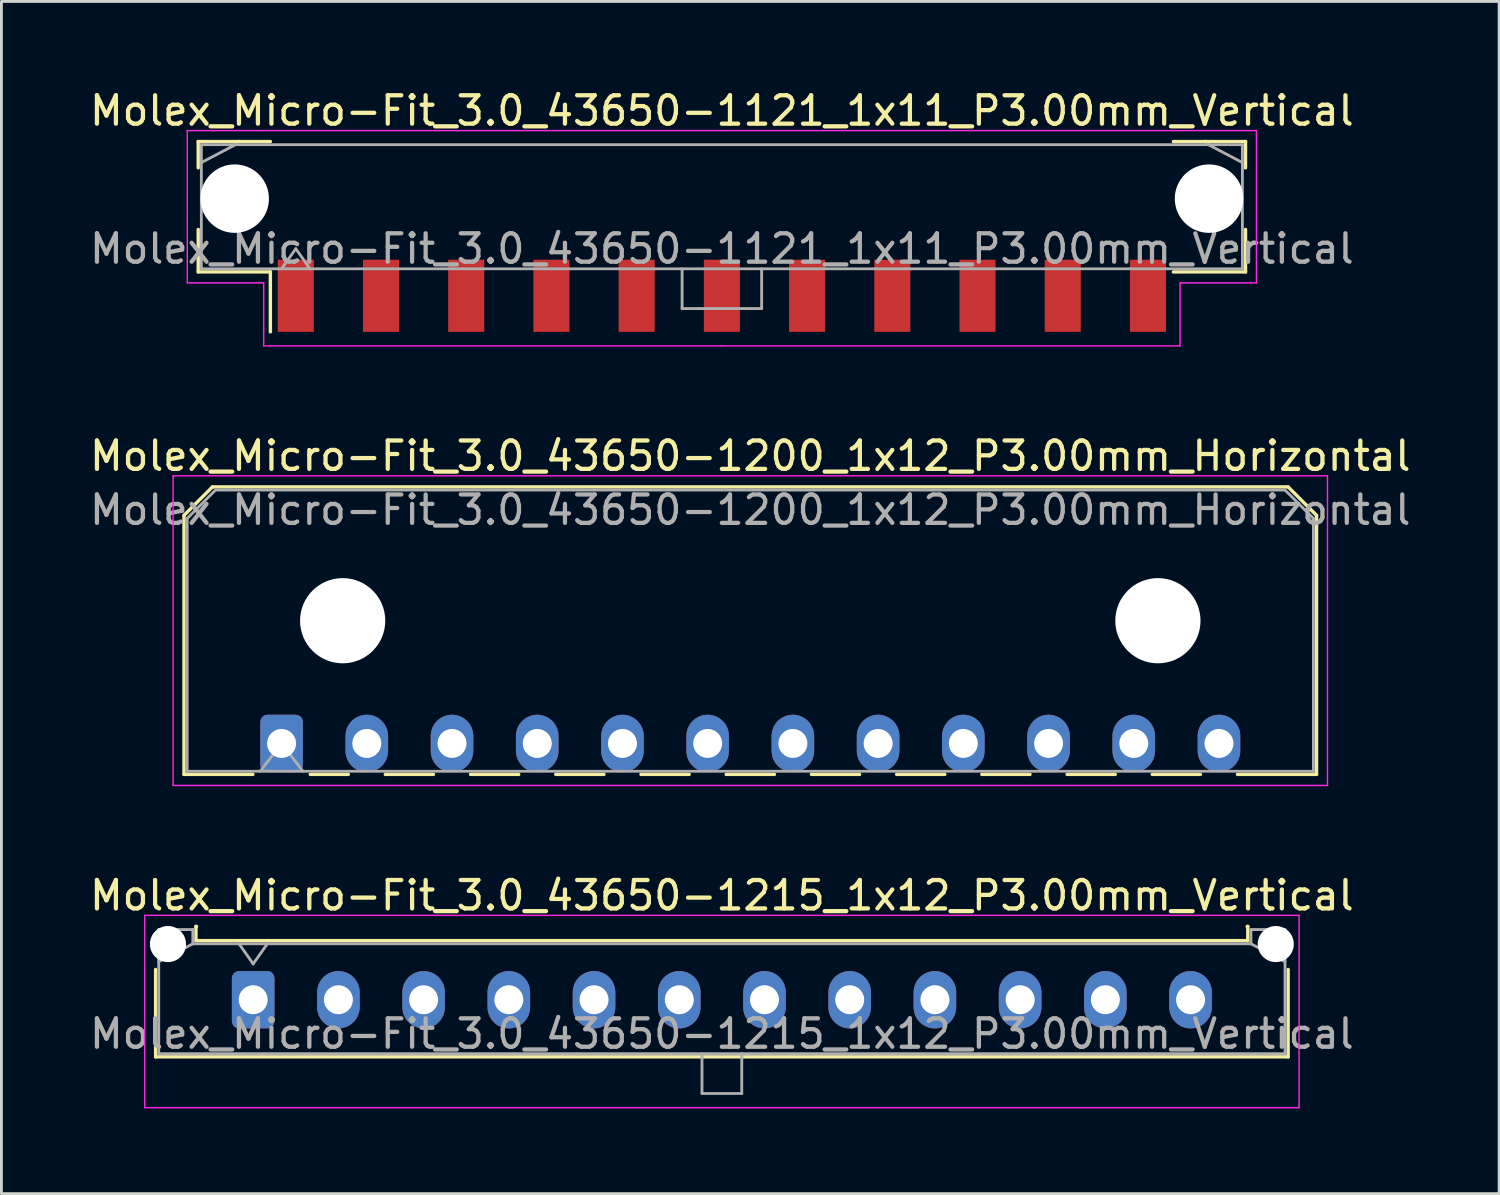
<source format=kicad_pcb>
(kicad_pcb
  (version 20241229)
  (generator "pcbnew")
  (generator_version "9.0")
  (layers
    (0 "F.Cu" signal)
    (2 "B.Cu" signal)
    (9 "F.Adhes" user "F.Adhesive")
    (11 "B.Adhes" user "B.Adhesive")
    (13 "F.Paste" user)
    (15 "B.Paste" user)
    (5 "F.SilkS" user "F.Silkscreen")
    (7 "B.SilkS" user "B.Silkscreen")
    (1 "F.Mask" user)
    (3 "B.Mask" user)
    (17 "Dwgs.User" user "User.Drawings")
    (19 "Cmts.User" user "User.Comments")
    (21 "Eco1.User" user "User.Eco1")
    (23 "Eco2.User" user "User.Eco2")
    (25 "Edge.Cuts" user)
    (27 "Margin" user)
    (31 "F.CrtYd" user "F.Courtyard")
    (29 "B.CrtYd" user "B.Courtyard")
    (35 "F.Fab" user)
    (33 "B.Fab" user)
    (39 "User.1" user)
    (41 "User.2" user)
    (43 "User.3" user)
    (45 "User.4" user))
  (footprint "Molex_Micro-Fit_3.0_43650-1200_1x12_P3.00mm_Horizontal"
    (layer "F.Cu")
    (at 6.863 23.122)
    (property "Reference" "Molex_Micro-Fit_3.0_43650-1200_1x12_P3.00mm_Horizontal" (at 16.5 -10.12 0) (layer "F.SilkS") (effects (font (size 1 1) (thickness 0.15))))
    (attr through_hole)
    (fp_line (start -3.435 -8.03) (end -2.435 -9.03) (stroke (width 0.12) (type solid)) (layer "F.SilkS"))
    (fp_line (start -3.435 1.09) (end -3.435 -8.03) (stroke (width 0.12) (type solid)) (layer "F.SilkS"))
    (fp_line (start -3.435 1.09) (end -1.01 1.09) (stroke (width 0.12) (type solid)) (layer "F.SilkS"))
    (fp_line (start -2.435 -9.03) (end 35.435 -9.03) (stroke (width 0.12) (type solid)) (layer "F.SilkS"))
    (fp_line (start 1.01 1.09) (end 2.348 1.09) (stroke (width 0.12) (type solid)) (layer "F.SilkS"))
    (fp_line (start 3.652 1.09) (end 5.348 1.09) (stroke (width 0.12) (type solid)) (layer "F.SilkS"))
    (fp_line (start 6.652 1.09) (end 8.348 1.09) (stroke (width 0.12) (type solid)) (layer "F.SilkS"))
    (fp_line (start 9.652 1.09) (end 11.348 1.09) (stroke (width 0.12) (type solid)) (layer "F.SilkS"))
    (fp_line (start 12.652 1.09) (end 14.348 1.09) (stroke (width 0.12) (type solid)) (layer "F.SilkS"))
    (fp_line (start 15.652 1.09) (end 17.348 1.09) (stroke (width 0.12) (type solid)) (layer "F.SilkS"))
    (fp_line (start 18.652 1.09) (end 20.348 1.09) (stroke (width 0.12) (type solid)) (layer "F.SilkS"))
    (fp_line (start 21.652 1.09) (end 23.348 1.09) (stroke (width 0.12) (type solid)) (layer "F.SilkS"))
    (fp_line (start 24.652 1.09) (end 26.348 1.09) (stroke (width 0.12) (type solid)) (layer "F.SilkS"))
    (fp_line (start 27.652 1.09) (end 29.348 1.09) (stroke (width 0.12) (type solid)) (layer "F.SilkS"))
    (fp_line (start 30.652 1.09) (end 32.348 1.09) (stroke (width 0.12) (type solid)) (layer "F.SilkS"))
    (fp_line (start 35.435 -9.03) (end 36.435 -8.03) (stroke (width 0.12) (type solid)) (layer "F.SilkS"))
    (fp_line (start 36.435 -8.03) (end 36.435 1.09) (stroke (width 0.12) (type solid)) (layer "F.SilkS"))
    (fp_line (start 36.435 1.09) (end 33.652 1.09) (stroke (width 0.12) (type solid)) (layer "F.SilkS"))
    (fp_line (start -3.82 -9.42) (end 36.82 -9.42) (stroke (width 0.05) (type solid)) (layer "F.CrtYd"))
    (fp_line (start -3.82 1.48) (end -3.82 -9.42) (stroke (width 0.05) (type solid)) (layer "F.CrtYd"))
    (fp_line (start 36.82 -9.42) (end 36.82 1.48) (stroke (width 0.05) (type solid)) (layer "F.CrtYd"))
    (fp_line (start 36.82 1.48) (end -3.82 1.48) (stroke (width 0.05) (type solid)) (layer "F.CrtYd"))
    (fp_line (start -3.325 -7.92) (end -2.325 -8.92) (stroke (width 0.1) (type solid)) (layer "F.Fab"))
    (fp_line (start -3.325 0.98) (end -3.325 -7.92) (stroke (width 0.1) (type solid)) (layer "F.Fab"))
    (fp_line (start -2.325 -8.92) (end 35.325 -8.92) (stroke (width 0.1) (type solid)) (layer "F.Fab"))
    (fp_line (start -0.75 0.98) (end 0 0) (stroke (width 0.1) (type solid)) (layer "F.Fab"))
    (fp_line (start 0 0) (end 0.75 0.98) (stroke (width 0.1) (type solid)) (layer "F.Fab"))
    (fp_line (start 35.325 -8.92) (end 36.325 -7.92) (stroke (width 0.1) (type solid)) (layer "F.Fab"))
    (fp_line (start 36.325 -7.92) (end 36.325 0.98) (stroke (width 0.1) (type solid)) (layer "F.Fab"))
    (fp_line (start 36.325 0.98) (end -3.325 0.98) (stroke (width 0.1) (type solid)) (layer "F.Fab"))
    (fp_text user "${REFERENCE}" (at 16.5 -8.22 0) (layer "F.Fab") (effects (font (size 1 1) (thickness 0.15))))
    (pad "" np_thru_hole circle (at 2.15 -4.32) (size 3 3) (drill 3) (layers "*.Cu" "*.Mask"))
    (pad "" np_thru_hole circle (at 30.85 -4.32) (size 3 3) (drill 3) (layers "*.Cu" "*.Mask"))
    (pad "1" thru_hole roundrect (at 0 0) (size 1.5 2.02) (drill 1.02) (layers "*.Cu" "*.Mask") (roundrect_rratio 0.167))
    (pad "2" thru_hole oval (at 3 0) (size 1.5 2.02) (drill 1.02) (layers "*.Cu" "*.Mask"))
    (pad "3" thru_hole oval (at 6 0) (size 1.5 2.02) (drill 1.02) (layers "*.Cu" "*.Mask"))
    (pad "4" thru_hole oval (at 9 0) (size 1.5 2.02) (drill 1.02) (layers "*.Cu" "*.Mask"))
    (pad "5" thru_hole oval (at 12 0) (size 1.5 2.02) (drill 1.02) (layers "*.Cu" "*.Mask"))
    (pad "6" thru_hole oval (at 15 0) (size 1.5 2.02) (drill 1.02) (layers "*.Cu" "*.Mask"))
    (pad "7" thru_hole oval (at 18 0) (size 1.5 2.02) (drill 1.02) (layers "*.Cu" "*.Mask"))
    (pad "8" thru_hole oval (at 21 0) (size 1.5 2.02) (drill 1.02) (layers "*.Cu" "*.Mask"))
    (pad "9" thru_hole oval (at 24 0) (size 1.5 2.02) (drill 1.02) (layers "*.Cu" "*.Mask"))
    (pad "10" thru_hole oval (at 27 0) (size 1.5 2.02) (drill 1.02) (layers "*.Cu" "*.Mask"))
    (pad "11" thru_hole oval (at 30 0) (size 1.5 2.02) (drill 1.02) (layers "*.Cu" "*.Mask"))
    (pad "12" thru_hole oval (at 33 0) (size 1.5 2.02) (drill 1.02) (layers "*.Cu" "*.Mask")))
  (footprint "Molex_Micro-Fit_3.0_43650-1121_1x11_P3.00mm_Vertical"
    (layer "F.Cu")
    (at 22.363 4.228)
    (property "Reference" "Molex_Micro-Fit_3.0_43650-1121_1x11_P3.00mm_Vertical" (at 0 -3.38 0) (layer "F.SilkS") (effects (font (size 1 1) (thickness 0.15))))
    (attr smd)
    (fp_line (start -18.435 -2.295) (end -17.015 -2.295) (stroke (width 0.12) (type solid)) (layer "F.SilkS"))
    (fp_line (start -18.435 -1.37) (end -18.435 -2.295) (stroke (width 0.12) (type solid)) (layer "F.SilkS"))
    (fp_line (start -18.435 0.8) (end -18.435 2.295) (stroke (width 0.12) (type solid)) (layer "F.SilkS"))
    (fp_line (start -18.435 2.295) (end -15.895 2.295) (stroke (width 0.12) (type solid)) (layer "F.SilkS"))
    (fp_line (start -17.015 -2.295) (end -17.015 -2.295) (stroke (width 0.12) (type solid)) (layer "F.SilkS"))
    (fp_line (start -17.015 -2.295) (end -15.895 -2.295) (stroke (width 0.12) (type solid)) (layer "F.SilkS"))
    (fp_line (start -15.895 2.295) (end -15.895 4.405) (stroke (width 0.12) (type solid)) (layer "F.SilkS"))
    (fp_line (start 17.015 -2.295) (end 15.895 -2.295) (stroke (width 0.12) (type solid)) (layer "F.SilkS"))
    (fp_line (start 17.015 -2.295) (end 17.015 -2.295) (stroke (width 0.12) (type solid)) (layer "F.SilkS"))
    (fp_line (start 18.435 -2.295) (end 17.015 -2.295) (stroke (width 0.12) (type solid)) (layer "F.SilkS"))
    (fp_line (start 18.435 -1.37) (end 18.435 -2.295) (stroke (width 0.12) (type solid)) (layer "F.SilkS"))
    (fp_line (start 18.435 0.8) (end 18.435 2.295) (stroke (width 0.12) (type solid)) (layer "F.SilkS"))
    (fp_line (start 18.435 2.295) (end 15.895 2.295) (stroke (width 0.12) (type solid)) (layer "F.SilkS"))
    (fp_line (start -18.82 -2.68) (end -18.82 2.68) (stroke (width 0.05) (type solid)) (layer "F.CrtYd"))
    (fp_line (start -18.82 2.68) (end -16.13 2.68) (stroke (width 0.05) (type solid)) (layer "F.CrtYd"))
    (fp_line (start -16.13 -2.68) (end -18.82 -2.68) (stroke (width 0.05) (type solid)) (layer "F.CrtYd"))
    (fp_line (start -16.13 2.68) (end -16.13 4.9) (stroke (width 0.05) (type solid)) (layer "F.CrtYd"))
    (fp_line (start -16.13 4.9) (end 0 4.9) (stroke (width 0.05) (type solid)) (layer "F.CrtYd"))
    (fp_line (start 0 -2.68) (end -16.13 -2.68) (stroke (width 0.05) (type solid)) (layer "F.CrtYd"))
    (fp_line (start 0 -2.68) (end 16.13 -2.68) (stroke (width 0.05) (type solid)) (layer "F.CrtYd"))
    (fp_line (start 16.13 -2.68) (end 18.82 -2.68) (stroke (width 0.05) (type solid)) (layer "F.CrtYd"))
    (fp_line (start 16.13 2.68) (end 16.13 4.9) (stroke (width 0.05) (type solid)) (layer "F.CrtYd"))
    (fp_line (start 16.13 4.9) (end 0 4.9) (stroke (width 0.05) (type solid)) (layer "F.CrtYd"))
    (fp_line (start 18.82 -2.68) (end 18.82 2.68) (stroke (width 0.05) (type solid)) (layer "F.CrtYd"))
    (fp_line (start 18.82 2.68) (end 16.13 2.68) (stroke (width 0.05) (type solid)) (layer "F.CrtYd"))
    (fp_line (start -18.325 -2.185) (end -18.325 2.185) (stroke (width 0.1) (type solid)) (layer "F.Fab"))
    (fp_line (start -18.325 -1.555) (end -17.125 -2.185) (stroke (width 0.1) (type solid)) (layer "F.Fab"))
    (fp_line (start -18.325 2.185) (end 18.325 2.185) (stroke (width 0.1) (type solid)) (layer "F.Fab"))
    (fp_line (start -17.125 -2.185) (end -18.325 -2.185) (stroke (width 0.1) (type solid)) (layer "F.Fab"))
    (fp_line (start -17.125 -2.185) (end -17.125 -2.185) (stroke (width 0.1) (type solid)) (layer "F.Fab"))
    (fp_line (start -15.5 2.185) (end -15 1.478) (stroke (width 0.1) (type solid)) (layer "F.Fab"))
    (fp_line (start -15 1.478) (end -14.5 2.185) (stroke (width 0.1) (type solid)) (layer "F.Fab"))
    (fp_line (start -1.4 2.185) (end -1.4 3.585) (stroke (width 0.1) (type solid)) (layer "F.Fab"))
    (fp_line (start -1.4 3.585) (end 1.4 3.585) (stroke (width 0.1) (type solid)) (layer "F.Fab"))
    (fp_line (start 1.4 3.585) (end 1.4 2.185) (stroke (width 0.1) (type solid)) (layer "F.Fab"))
    (fp_line (start 17.125 -2.185) (end -17.125 -2.185) (stroke (width 0.1) (type solid)) (layer "F.Fab"))
    (fp_line (start 17.125 -2.185) (end 17.125 -2.185) (stroke (width 0.1) (type solid)) (layer "F.Fab"))
    (fp_line (start 18.325 -2.185) (end 17.125 -2.185) (stroke (width 0.1) (type solid)) (layer "F.Fab"))
    (fp_line (start 18.325 -1.555) (end 17.125 -2.185) (stroke (width 0.1) (type solid)) (layer "F.Fab"))
    (fp_line (start 18.325 2.185) (end 18.325 -2.185) (stroke (width 0.1) (type solid)) (layer "F.Fab"))
    (fp_text user "${REFERENCE}" (at 0 1.48 0) (layer "F.Fab") (effects (font (size 1 1) (thickness 0.15))))
    (pad "" np_thru_hole circle (at -17.15 -0.285) (size 2.41 2.41) (drill 2.41) (layers "*.Cu" "*.Mask"))
    (pad "" np_thru_hole circle (at 17.15 -0.285) (size 2.41 2.41) (drill 2.41) (layers "*.Cu" "*.Mask"))
    (pad "1" smd rect (at -15 3.135) (size 1.27 2.54) (layers "F.Cu" "F.Mask" "F.Paste"))
    (pad "2" smd rect (at -12 3.135) (size 1.27 2.54) (layers "F.Cu" "F.Mask" "F.Paste"))
    (pad "3" smd rect (at -9 3.135) (size 1.27 2.54) (layers "F.Cu" "F.Mask" "F.Paste"))
    (pad "4" smd rect (at -6 3.135) (size 1.27 2.54) (layers "F.Cu" "F.Mask" "F.Paste"))
    (pad "5" smd rect (at -3 3.135) (size 1.27 2.54) (layers "F.Cu" "F.Mask" "F.Paste"))
    (pad "6" smd rect (at 0 3.135) (size 1.27 2.54) (layers "F.Cu" "F.Mask" "F.Paste"))
    (pad "7" smd rect (at 3 3.135) (size 1.27 2.54) (layers "F.Cu" "F.Mask" "F.Paste"))
    (pad "8" smd rect (at 6 3.135) (size 1.27 2.54) (layers "F.Cu" "F.Mask" "F.Paste"))
    (pad "9" smd rect (at 9 3.135) (size 1.27 2.54) (layers "F.Cu" "F.Mask" "F.Paste"))
    (pad "10" smd rect (at 12 3.135) (size 1.27 2.54) (layers "F.Cu" "F.Mask" "F.Paste"))
    (pad "11" smd rect (at 15 3.135) (size 1.27 2.54) (layers "F.Cu" "F.Mask" "F.Paste")))
  (footprint "Molex_Micro-Fit_3.0_43650-1215_1x12_P3.00mm_Vertical"
    (layer "F.Cu")
    (at 5.863 32.145)
    (property "Reference" "Molex_Micro-Fit_3.0_43650-1215_1x12_P3.00mm_Vertical" (at 16.5 -3.67 0) (layer "F.SilkS") (effects (font (size 1 1) (thickness 0.15))))
    (attr through_hole)
    (fp_line (start -3.435 -1.065) (end -3.435 2.01) (stroke (width 0.12) (type solid)) (layer "F.SilkS"))
    (fp_line (start -3.435 2.01) (end 36.435 2.01) (stroke (width 0.12) (type solid)) (layer "F.SilkS"))
    (fp_line (start -2.015 -2.58) (end -2.015 -2.08) (stroke (width 0.12) (type solid)) (layer "F.SilkS"))
    (fp_line (start -2.015 -2.08) (end 35.015 -2.08) (stroke (width 0.12) (type solid)) (layer "F.SilkS"))
    (fp_line (start -1.995 -2.58) (end -2.015 -2.58) (stroke (width 0.12) (type solid)) (layer "F.SilkS"))
    (fp_line (start 35.015 -2.58) (end 34.995 -2.58) (stroke (width 0.12) (type solid)) (layer "F.SilkS"))
    (fp_line (start 35.015 -2.08) (end 35.015 -2.58) (stroke (width 0.12) (type solid)) (layer "F.SilkS"))
    (fp_line (start 36.435 2.01) (end 36.435 -1.065) (stroke (width 0.12) (type solid)) (layer "F.SilkS"))
    (fp_line (start -3.82 -2.97) (end 36.82 -2.97) (stroke (width 0.05) (type solid)) (layer "F.CrtYd"))
    (fp_line (start -3.82 3.8) (end -3.82 -2.97) (stroke (width 0.05) (type solid)) (layer "F.CrtYd"))
    (fp_line (start 36.82 -2.97) (end 36.82 3.8) (stroke (width 0.05) (type solid)) (layer "F.CrtYd"))
    (fp_line (start 36.82 3.8) (end -3.82 3.8) (stroke (width 0.05) (type solid)) (layer "F.CrtYd"))
    (fp_line (start -3.325 -2.47) (end -3.325 1.9) (stroke (width 0.1) (type solid)) (layer "F.Fab"))
    (fp_line (start -3.325 -1.34) (end -2.125 -1.97) (stroke (width 0.1) (type solid)) (layer "F.Fab"))
    (fp_line (start -3.325 1.9) (end 36.325 1.9) (stroke (width 0.1) (type solid)) (layer "F.Fab"))
    (fp_line (start -2.125 -2.47) (end -3.325 -2.47) (stroke (width 0.1) (type solid)) (layer "F.Fab"))
    (fp_line (start -2.125 -1.97) (end -2.125 -2.47) (stroke (width 0.1) (type solid)) (layer "F.Fab"))
    (fp_line (start -0.5 -1.97) (end 0 -1.263) (stroke (width 0.1) (type solid)) (layer "F.Fab"))
    (fp_line (start 0 -1.263) (end 0.5 -1.97) (stroke (width 0.1) (type solid)) (layer "F.Fab"))
    (fp_line (start 15.8 1.9) (end 15.8 3.3) (stroke (width 0.1) (type solid)) (layer "F.Fab"))
    (fp_line (start 15.8 3.3) (end 17.2 3.3) (stroke (width 0.1) (type solid)) (layer "F.Fab"))
    (fp_line (start 17.2 3.3) (end 17.2 1.9) (stroke (width 0.1) (type solid)) (layer "F.Fab"))
    (fp_line (start 35.125 -2.47) (end 35.125 -1.97) (stroke (width 0.1) (type solid)) (layer "F.Fab"))
    (fp_line (start 35.125 -1.97) (end -2.125 -1.97) (stroke (width 0.1) (type solid)) (layer "F.Fab"))
    (fp_line (start 36.325 -2.47) (end 35.125 -2.47) (stroke (width 0.1) (type solid)) (layer "F.Fab"))
    (fp_line (start 36.325 -1.34) (end 35.125 -1.97) (stroke (width 0.1) (type solid)) (layer "F.Fab"))
    (fp_line (start 36.325 1.9) (end 36.325 -2.47) (stroke (width 0.1) (type solid)) (layer "F.Fab"))
    (fp_text user "${REFERENCE}" (at 16.5 1.2 0) (layer "F.Fab") (effects (font (size 1 1) (thickness 0.15))))
    (pad "" np_thru_hole circle (at -3 -1.96) (size 1.27 1.27) (drill 1.27) (layers "*.Cu" "*.Mask"))
    (pad "" np_thru_hole circle (at 36 -1.96) (size 1.27 1.27) (drill 1.27) (layers "*.Cu" "*.Mask"))
    (pad "1" thru_hole roundrect (at 0 0) (size 1.5 2.02) (drill 1.02) (layers "*.Cu" "*.Mask") (roundrect_rratio 0.167))
    (pad "2" thru_hole oval (at 3 0) (size 1.5 2.02) (drill 1.02) (layers "*.Cu" "*.Mask"))
    (pad "3" thru_hole oval (at 6 0) (size 1.5 2.02) (drill 1.02) (layers "*.Cu" "*.Mask"))
    (pad "4" thru_hole oval (at 9 0) (size 1.5 2.02) (drill 1.02) (layers "*.Cu" "*.Mask"))
    (pad "5" thru_hole oval (at 12 0) (size 1.5 2.02) (drill 1.02) (layers "*.Cu" "*.Mask"))
    (pad "6" thru_hole oval (at 15 0) (size 1.5 2.02) (drill 1.02) (layers "*.Cu" "*.Mask"))
    (pad "7" thru_hole oval (at 18 0) (size 1.5 2.02) (drill 1.02) (layers "*.Cu" "*.Mask"))
    (pad "8" thru_hole oval (at 21 0) (size 1.5 2.02) (drill 1.02) (layers "*.Cu" "*.Mask"))
    (pad "9" thru_hole oval (at 24 0) (size 1.5 2.02) (drill 1.02) (layers "*.Cu" "*.Mask"))
    (pad "10" thru_hole oval (at 27 0) (size 1.5 2.02) (drill 1.02) (layers "*.Cu" "*.Mask"))
    (pad "11" thru_hole oval (at 30 0) (size 1.5 2.02) (drill 1.02) (layers "*.Cu" "*.Mask"))
    (pad "12" thru_hole oval (at 33 0) (size 1.5 2.02) (drill 1.02) (layers "*.Cu" "*.Mask")))
  (gr_rect
    (start -3 -3)
    (end 49.726 38.97)
    (stroke (width 0.1) (type default))
    (fill no)
    (layer "Edge.Cuts")))
</source>
